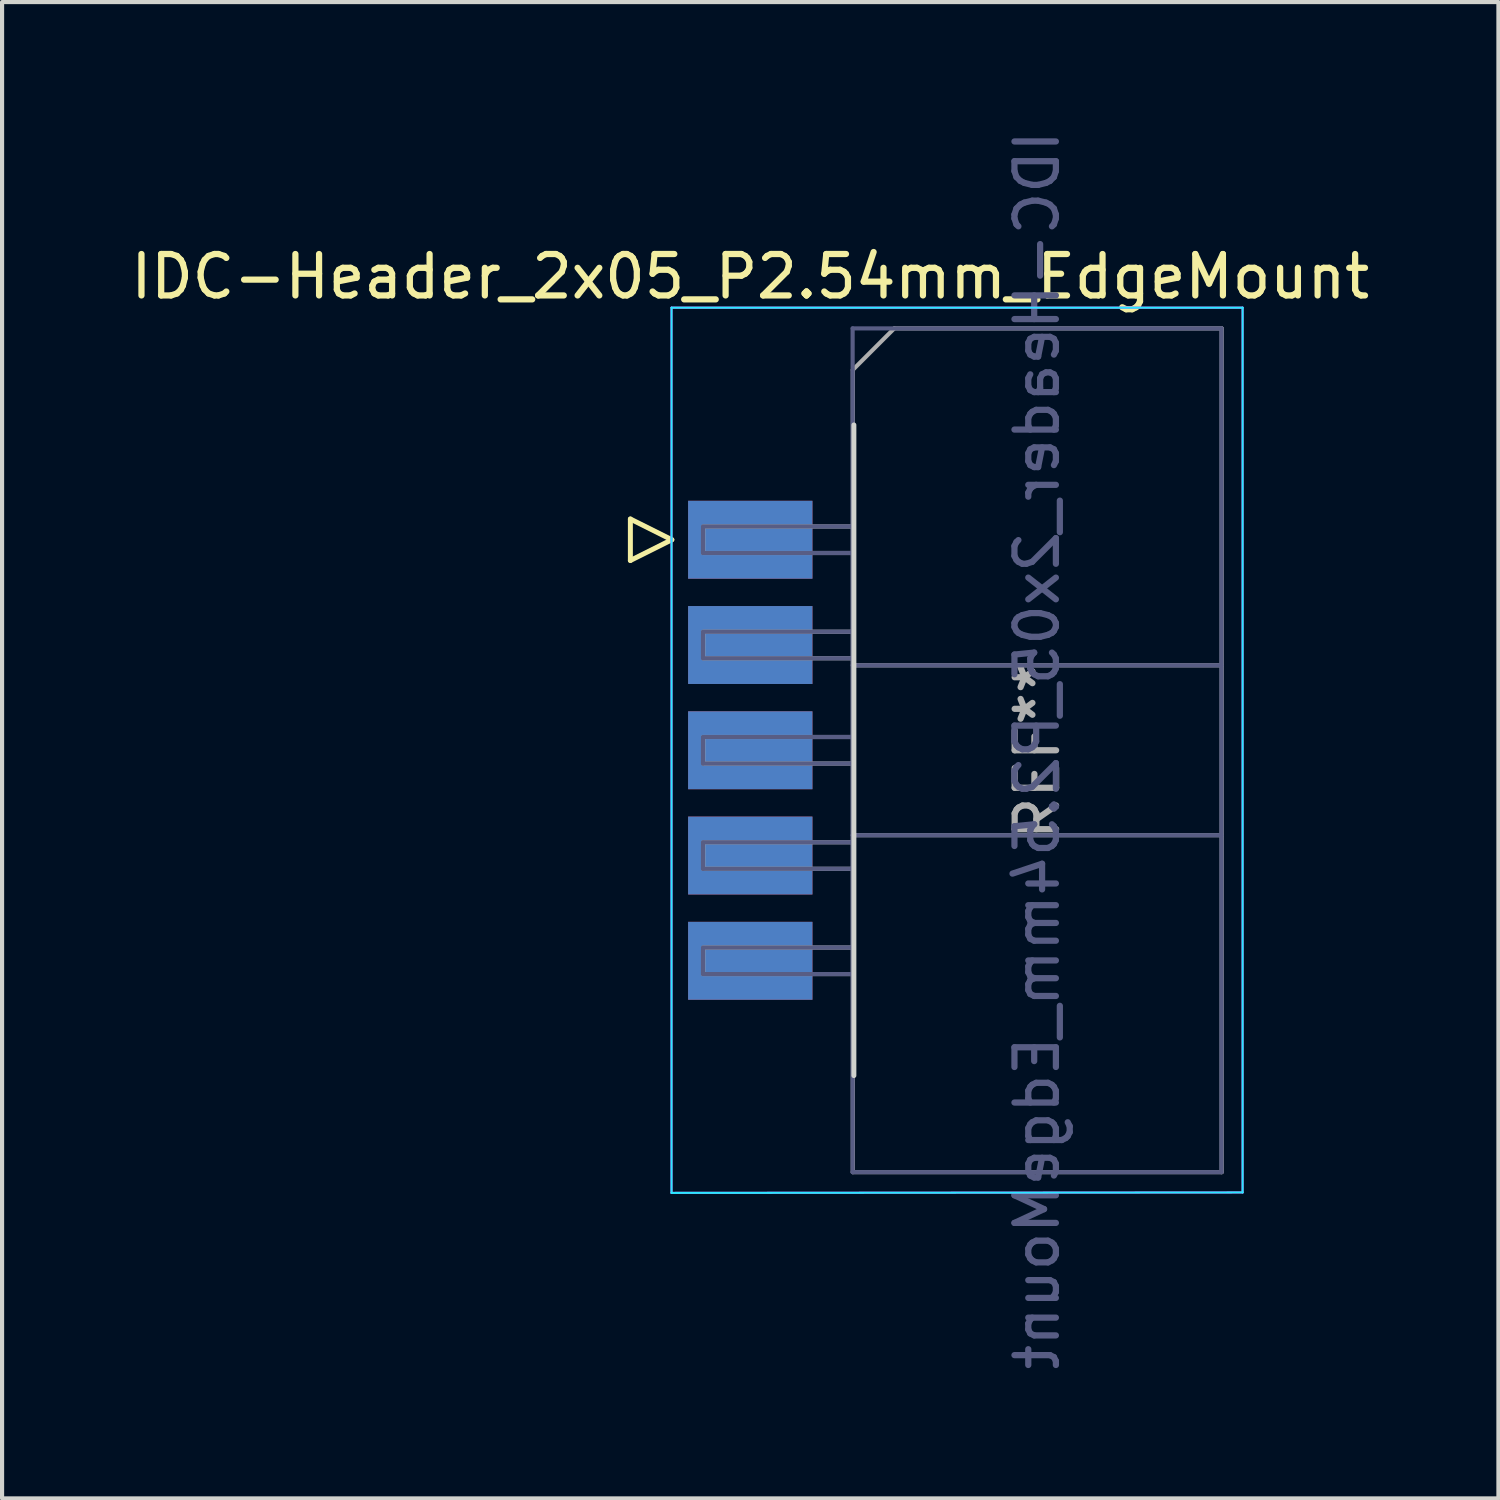
<source format=kicad_pcb>
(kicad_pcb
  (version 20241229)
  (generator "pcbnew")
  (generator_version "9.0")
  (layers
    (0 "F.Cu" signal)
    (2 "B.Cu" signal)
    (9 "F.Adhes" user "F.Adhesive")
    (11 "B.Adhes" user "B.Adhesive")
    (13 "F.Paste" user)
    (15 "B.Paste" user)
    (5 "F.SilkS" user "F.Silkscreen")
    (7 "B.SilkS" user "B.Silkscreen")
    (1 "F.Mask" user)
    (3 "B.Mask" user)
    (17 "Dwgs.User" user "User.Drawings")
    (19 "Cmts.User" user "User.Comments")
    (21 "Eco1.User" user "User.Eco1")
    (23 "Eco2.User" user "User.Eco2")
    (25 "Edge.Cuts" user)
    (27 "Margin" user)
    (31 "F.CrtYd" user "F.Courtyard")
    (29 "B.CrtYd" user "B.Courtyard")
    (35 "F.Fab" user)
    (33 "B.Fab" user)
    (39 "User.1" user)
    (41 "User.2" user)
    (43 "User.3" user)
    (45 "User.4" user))
  (footprint "IDC-Header_2x05_P2.54mm_EdgeMount"
    (layer "F.Cu")
    (at 20.174 15.054)
    (property "Reference" "IDC-Header_2x05_P2.54mm_EdgeMount" (at -5.12 -11.43 0) (layer "F.SilkS") (effects (font (size 1 1) (thickness 0.15))))
    (attr smd)
    (fp_line (start -8.013 -5.58) (end -8.013 -4.58) (stroke (width 0.12) (type solid)) (layer "F.SilkS"))
    (fp_line (start -8.013 -4.58) (end -7.013 -5.08) (stroke (width 0.12) (type solid)) (layer "F.SilkS"))
    (fp_line (start -7.013 -5.08) (end -8.013 -5.58) (stroke (width 0.12) (type solid)) (layer "F.SilkS"))
    (fp_line (start -2.62 -7.85) (end -2.62 7.85) (stroke (width 0.12) (type solid)) (layer "Edge.Cuts"))
    (fp_line (start -7.02 -10.68) (end -7.02 10.68) (stroke (width 0.05) (type solid)) (layer "B.CrtYd"))
    (fp_line (start -7.02 10.68) (end 6.76 10.67) (stroke (width 0.05) (type solid)) (layer "B.CrtYd"))
    (fp_line (start 6.76 -10.68) (end -7.02 -10.68) (stroke (width 0.05) (type solid)) (layer "B.CrtYd"))
    (fp_line (start 6.76 10.67) (end 6.76 -10.68) (stroke (width 0.05) (type solid)) (layer "B.CrtYd"))
    (fp_line (start -7.02 -10.68) (end -7.02 10.68) (stroke (width 0.05) (type solid)) (layer "F.CrtYd"))
    (fp_line (start -7.02 10.68) (end 6.76 10.67) (stroke (width 0.05) (type solid)) (layer "F.CrtYd"))
    (fp_line (start 6.76 -10.68) (end -7.02 -10.68) (stroke (width 0.05) (type solid)) (layer "F.CrtYd"))
    (fp_line (start 6.76 10.67) (end 6.76 -10.68) (stroke (width 0.05) (type solid)) (layer "F.CrtYd"))
    (fp_line (start -6.26 -5.39) (end -6.261 -4.762) (stroke (width 0.1) (type solid)) (layer "B.Fab"))
    (fp_line (start -6.26 -4.76) (end -2.65 -4.76) (stroke (width 0.1) (type solid)) (layer "B.Fab"))
    (fp_line (start -6.26 -2.85) (end -6.261 -2.222) (stroke (width 0.1) (type solid)) (layer "B.Fab"))
    (fp_line (start -6.26 -2.22) (end -2.65 -2.22) (stroke (width 0.1) (type solid)) (layer "B.Fab"))
    (fp_line (start -6.26 -0.31) (end -6.261 0.318) (stroke (width 0.1) (type solid)) (layer "B.Fab"))
    (fp_line (start -6.26 0.32) (end -2.65 0.32) (stroke (width 0.1) (type solid)) (layer "B.Fab"))
    (fp_line (start -6.26 2.23) (end -6.261 2.858) (stroke (width 0.1) (type solid)) (layer "B.Fab"))
    (fp_line (start -6.26 2.86) (end -2.65 2.86) (stroke (width 0.1) (type solid)) (layer "B.Fab"))
    (fp_line (start -6.26 4.77) (end -6.261 5.398) (stroke (width 0.1) (type solid)) (layer "B.Fab"))
    (fp_line (start -6.26 5.4) (end -2.65 5.4) (stroke (width 0.1) (type solid)) (layer "B.Fab"))
    (fp_line (start -2.65 -10.18) (end 6.25 -10.18) (stroke (width 0.1) (type solid)) (layer "B.Fab"))
    (fp_line (start -2.65 -5.4) (end -6.26 -5.4) (stroke (width 0.1) (type solid)) (layer "B.Fab"))
    (fp_line (start -2.65 -2.86) (end -6.26 -2.86) (stroke (width 0.1) (type solid)) (layer "B.Fab"))
    (fp_line (start -2.65 -2.05) (end 6.25 -2.05) (stroke (width 0.1) (type solid)) (layer "B.Fab"))
    (fp_line (start -2.65 -0.32) (end -6.26 -0.32) (stroke (width 0.1) (type solid)) (layer "B.Fab"))
    (fp_line (start -2.65 2.05) (end 6.25 2.05) (stroke (width 0.1) (type solid)) (layer "B.Fab"))
    (fp_line (start -2.65 2.22) (end -6.26 2.22) (stroke (width 0.1) (type solid)) (layer "B.Fab"))
    (fp_line (start -2.65 4.76) (end -6.26 4.76) (stroke (width 0.1) (type solid)) (layer "B.Fab"))
    (fp_line (start -2.65 10.18) (end -2.65 -10.18) (stroke (width 0.1) (type solid)) (layer "B.Fab"))
    (fp_line (start 6.25 -10.18) (end 6.25 10.18) (stroke (width 0.1) (type solid)) (layer "B.Fab"))
    (fp_line (start 6.25 10.18) (end -2.65 10.18) (stroke (width 0.1) (type solid)) (layer "B.Fab"))
    (fp_line (start -6.255 -5.39) (end -6.256 -4.762) (stroke (width 0.1) (type solid)) (layer "F.Fab"))
    (fp_line (start -6.255 -4.76) (end -2.645 -4.76) (stroke (width 0.1) (type solid)) (layer "F.Fab"))
    (fp_line (start -6.255 -2.85) (end -6.256 -2.222) (stroke (width 0.1) (type solid)) (layer "F.Fab"))
    (fp_line (start -6.255 -2.22) (end -2.645 -2.22) (stroke (width 0.1) (type solid)) (layer "F.Fab"))
    (fp_line (start -6.255 -0.31) (end -6.256 0.318) (stroke (width 0.1) (type solid)) (layer "F.Fab"))
    (fp_line (start -6.255 0.32) (end -2.645 0.32) (stroke (width 0.1) (type solid)) (layer "F.Fab"))
    (fp_line (start -6.255 2.23) (end -6.256 2.858) (stroke (width 0.1) (type solid)) (layer "F.Fab"))
    (fp_line (start -6.255 2.86) (end -2.645 2.86) (stroke (width 0.1) (type solid)) (layer "F.Fab"))
    (fp_line (start -6.255 4.77) (end -6.256 5.398) (stroke (width 0.1) (type solid)) (layer "F.Fab"))
    (fp_line (start -6.255 5.4) (end -2.645 5.4) (stroke (width 0.1) (type solid)) (layer "F.Fab"))
    (fp_line (start -2.645 -9.18) (end -1.645 -10.18) (stroke (width 0.1) (type solid)) (layer "F.Fab"))
    (fp_line (start -2.645 -5.4) (end -6.255 -5.4) (stroke (width 0.1) (type solid)) (layer "F.Fab"))
    (fp_line (start -2.645 -2.86) (end -6.255 -2.86) (stroke (width 0.1) (type solid)) (layer "F.Fab"))
    (fp_line (start -2.645 -2.05) (end 6.255 -2.05) (stroke (width 0.1) (type solid)) (layer "F.Fab"))
    (fp_line (start -2.645 -0.32) (end -6.255 -0.32) (stroke (width 0.1) (type solid)) (layer "F.Fab"))
    (fp_line (start -2.645 2.05) (end 6.255 2.05) (stroke (width 0.1) (type solid)) (layer "F.Fab"))
    (fp_line (start -2.645 2.22) (end -6.255 2.22) (stroke (width 0.1) (type solid)) (layer "F.Fab"))
    (fp_line (start -2.645 4.76) (end -6.255 4.76) (stroke (width 0.1) (type solid)) (layer "F.Fab"))
    (fp_line (start -2.645 10.18) (end -2.645 -9.18) (stroke (width 0.1) (type solid)) (layer "F.Fab"))
    (fp_line (start -1.645 -10.18) (end 6.255 -10.18) (stroke (width 0.1) (type solid)) (layer "F.Fab"))
    (fp_line (start 6.255 -10.18) (end 6.255 10.18) (stroke (width 0.1) (type solid)) (layer "F.Fab"))
    (fp_line (start 6.255 10.18) (end -2.645 10.18) (stroke (width 0.1) (type solid)) (layer "F.Fab"))
    (fp_text user "${REFERENCE}" (at 1.8 0 90) (layer "B.Fab") (effects (font (size 1 1) (thickness 0.15)) (justify mirror)))
    (fp_text user "REF**" (at 1.805 0 90) (layer "F.Fab") (effects (font (size 1 1) (thickness 0.15))))
    (pad "1" smd rect (at -5.12 -5.08) (size 3 1.88) (layers "F.Cu" "F.Mask"))
    (pad "2" smd rect (at -5.12 -5.08) (size 3 1.88) (layers "B.Cu" "B.Mask"))
    (pad "3" smd rect (at -5.12 -2.54) (size 3 1.88) (layers "F.Cu" "F.Mask"))
    (pad "4" smd rect (at -5.12 -2.54) (size 3 1.88) (layers "B.Cu" "B.Mask"))
    (pad "5" smd rect (at -5.12 0) (size 3 1.88) (layers "F.Cu" "F.Mask"))
    (pad "6" smd rect (at -5.12 0) (size 3 1.88) (layers "B.Cu" "B.Mask"))
    (pad "7" smd rect (at -5.12 2.54) (size 3 1.88) (layers "F.Cu" "F.Mask"))
    (pad "8" smd rect (at -5.12 2.54) (size 3 1.88) (layers "B.Cu" "B.Mask"))
    (pad "9" smd rect (at -5.12 5.08) (size 3 1.88) (layers "F.Cu" "F.Mask"))
    (pad "10" smd rect (at -5.12 5.08) (size 3 1.88) (layers "B.Cu" "B.Mask")))
  (gr_rect
    (start -3 -3)
    (end 33.107 33.107)
    (stroke (width 0.1) (type default))
    (fill no)
    (layer "Edge.Cuts")))
</source>
